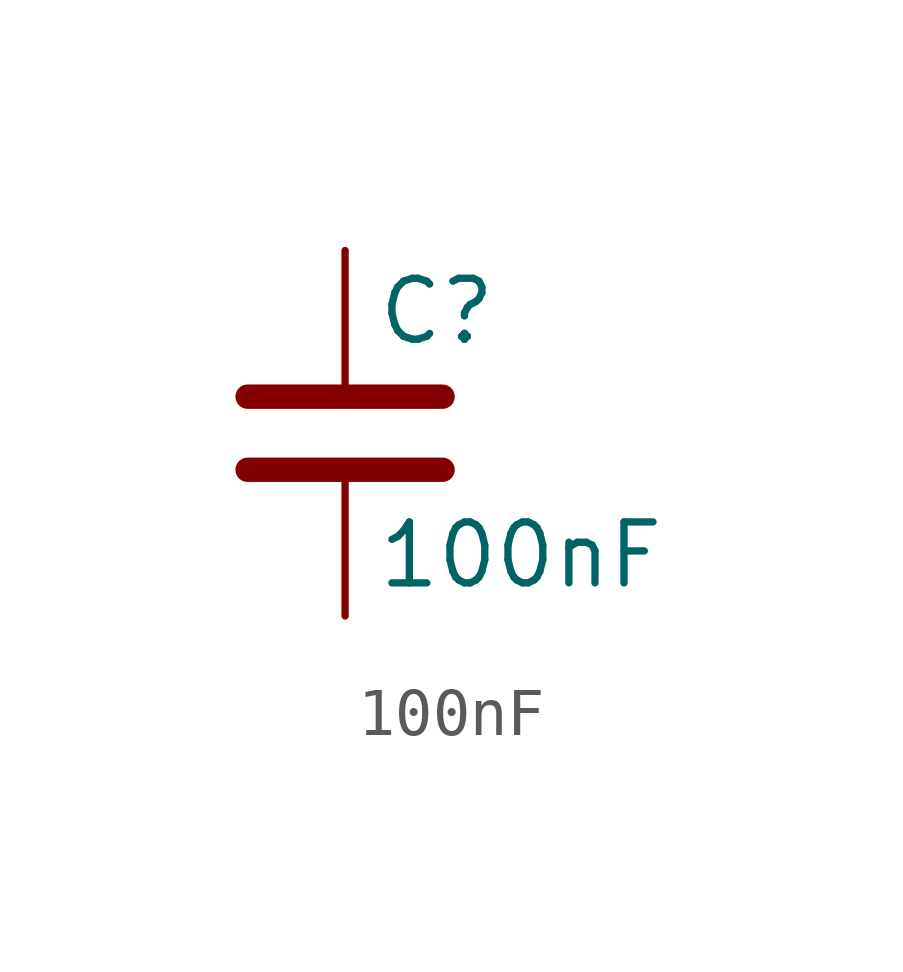
<source format=kicad_sym>
(kicad_symbol_lib
  (version 20220914)
  (generator kicad_symbol_editor)
  (symbol "100nF"
    (pin_numbers hide)
    (pin_names
      (offset 0.254))
    (property "Reference" "C"
      (at 0.635 2.54 0)
      (effects (font (size 1.27 1.27)) (justify left)))
    (property "Value" "100nF"
      (at 0.635 -2.54 0)
      (effects (font (size 1.27 1.27)) (justify left)))
    (symbol "100nF_0_1"
      (polyline (pts (xy -2.032 -0.762) (xy 2.032 -0.762)) (stroke (width 0.508) (type solid)) (fill (type none)))
      (polyline (pts (xy -2.032 0.762) (xy 2.032 0.762)) (stroke (width 0.508) (type solid)) (fill (type none))))
    (symbol "100nF_1_1"
      (pin passive line (at 0 3.81 270) (length 2.794) (name "~" (effects (font (size 1.27 1.27)))) (number "1" (effects (font (size 1.27 1.27)))))
      (pin passive line (at 0 -3.81 90) (length 2.794) (name "~" (effects (font (size 1.27 1.27)))) (number "2" (effects (font (size 1.27 1.27))))))))
</source>
